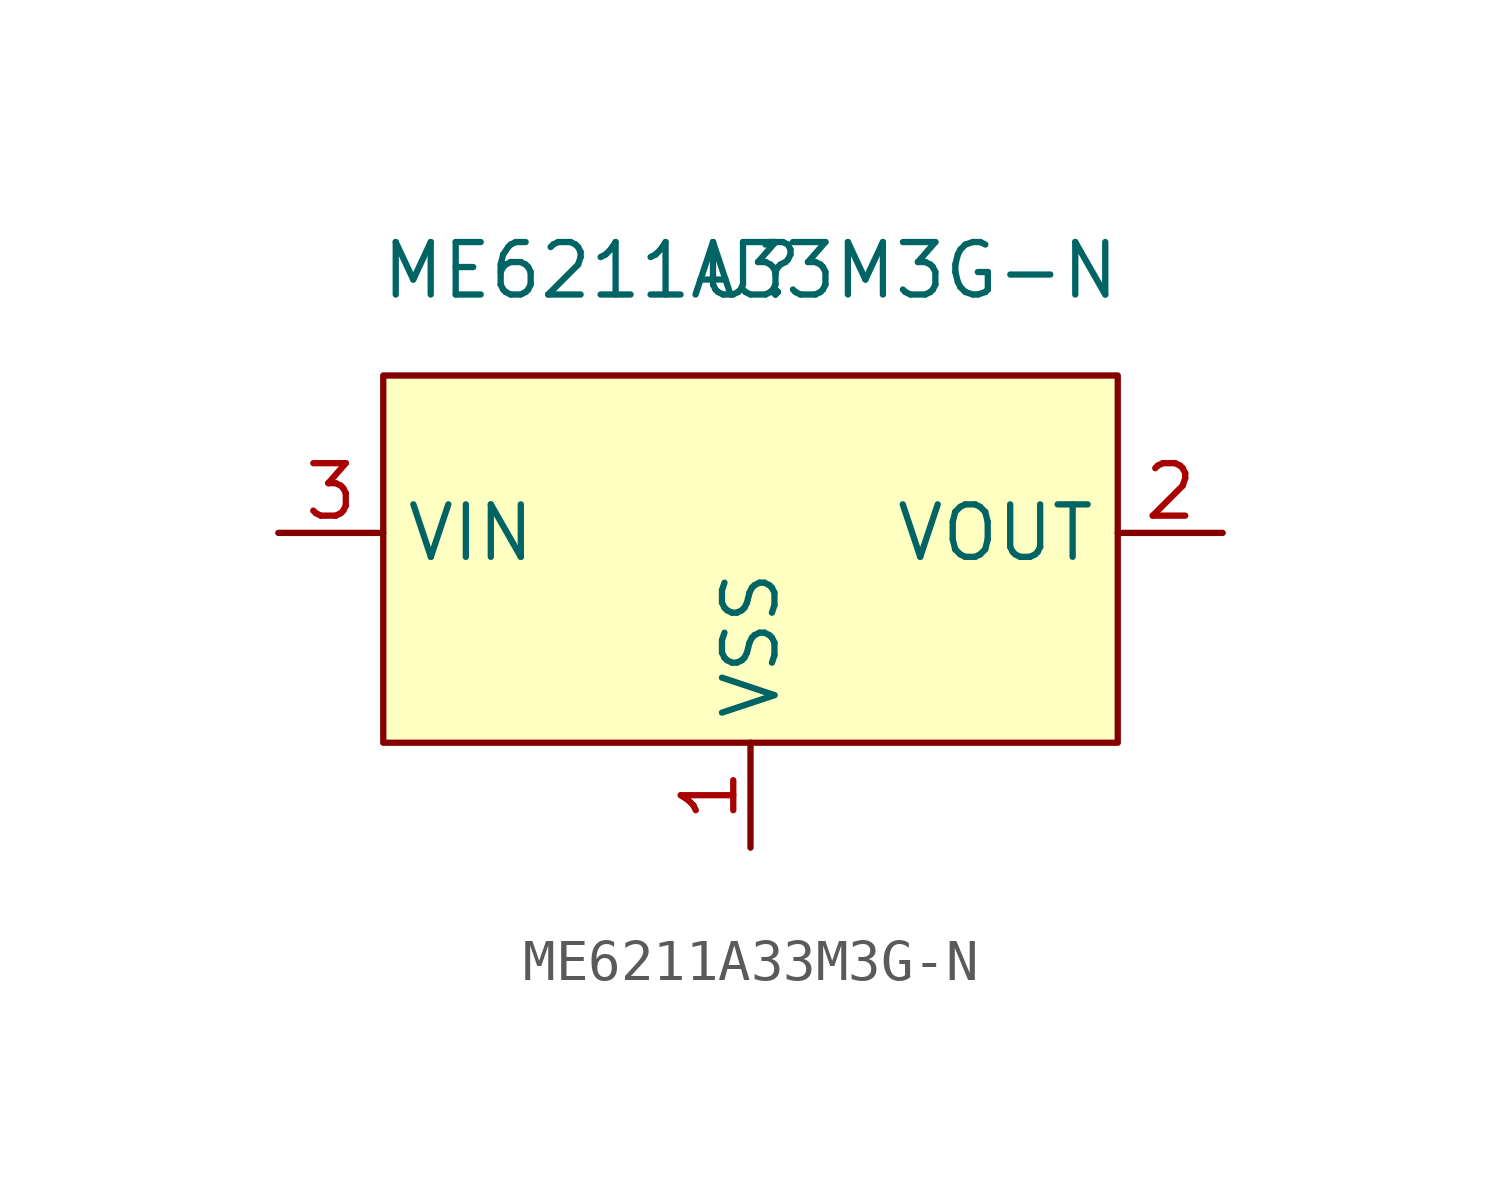
<source format=kicad_sym>
(kicad_symbol_lib
  (version 20220914)
  (generator kicad_symbol_editor)
  (symbol "ME6211A33M3G-N"
    (property "Reference" "U"
      (at 0 0 0)
      (effects (font (size 1.27 1.27))))
    (property "Value" "ME6211A33M3G-N"
      (at 0 0 0)
      (effects (font (size 1.27 1.27))))
    (symbol "ME6211A33M3G-N_0_1"
      (rectangle (start -8.89 -2.54) (end 8.89 -11.43) (stroke (width 0) (type default)) (fill (type background))))
    (symbol "ME6211A33M3G-N_1_1"
      (pin power_in line (at 0 -13.97 90) (length 2.54) (name "VSS" (effects (font (size 1.27 1.27)))) (number "1" (effects (font (size 1.27 1.27)))))
      (pin power_out line (at 11.43 -6.35 180) (length 2.54) (name "VOUT" (effects (font (size 1.27 1.27)))) (number "2" (effects (font (size 1.27 1.27)))))
      (pin power_in line (at -11.43 -6.35 0) (length 2.54) (name "VIN" (effects (font (size 1.27 1.27)))) (number "3" (effects (font (size 1.27 1.27))))))))
</source>
